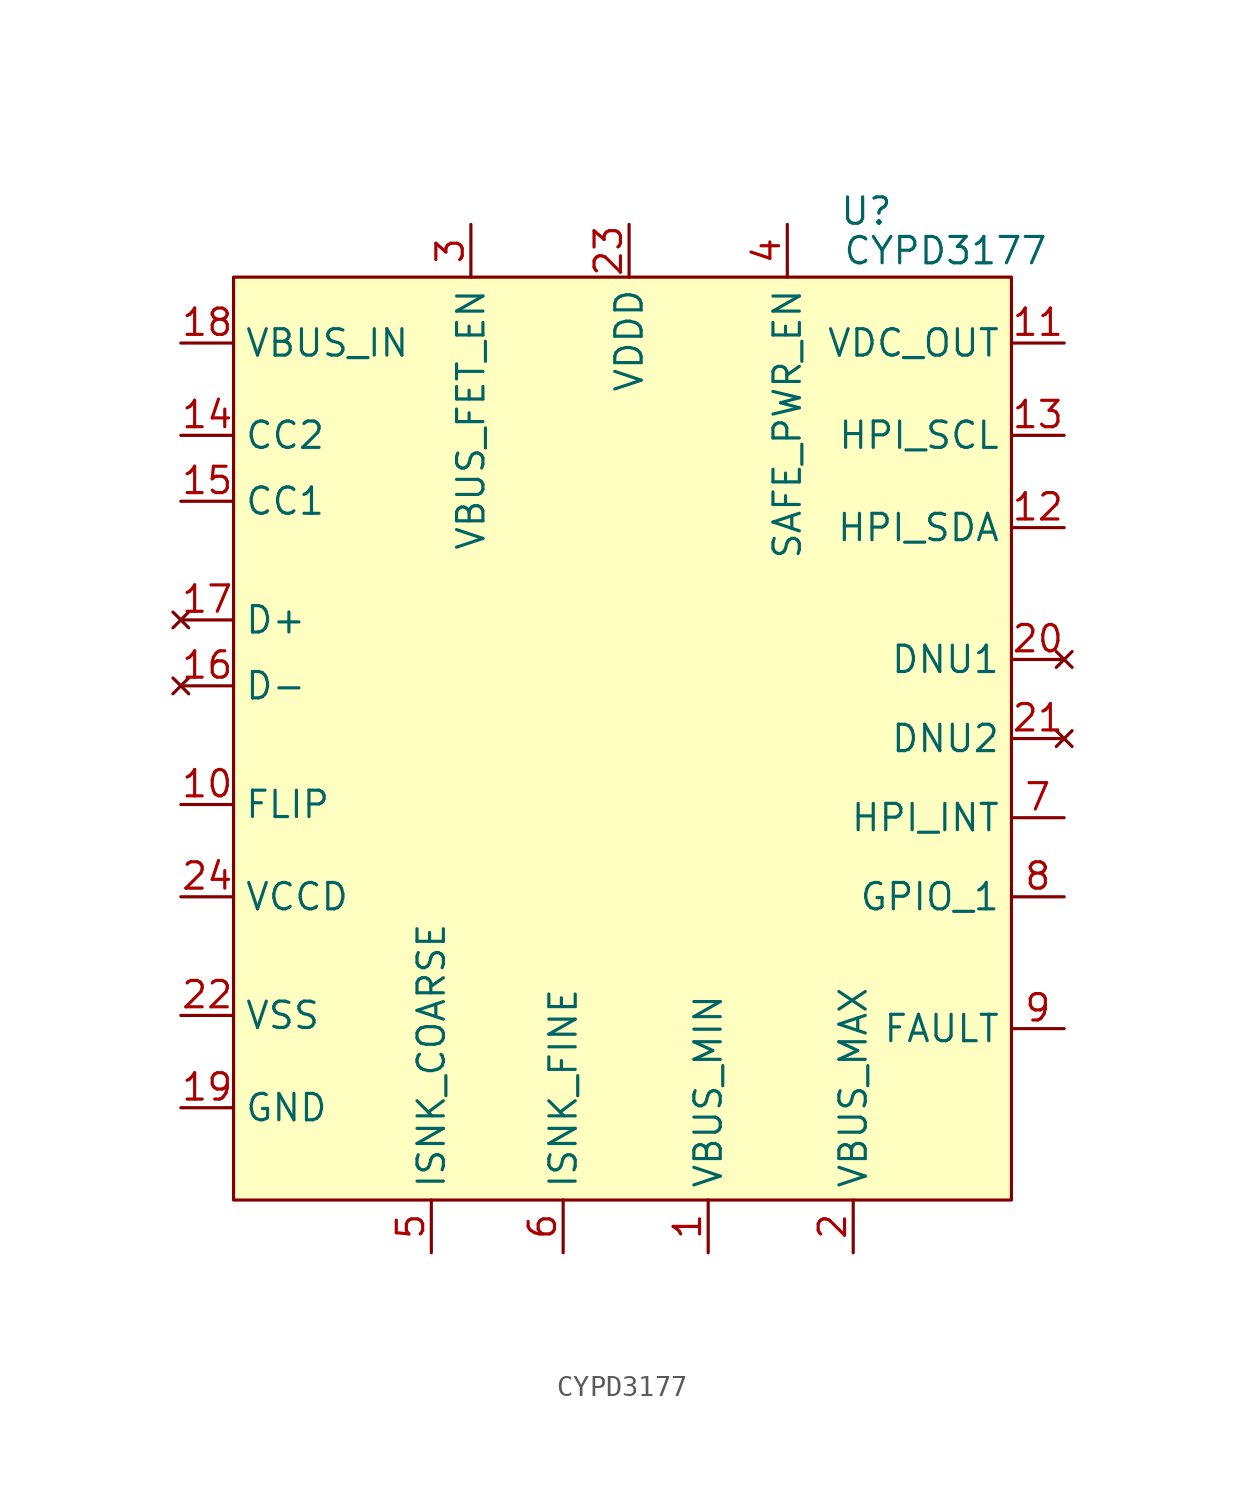
<source format=kicad_sym>
(kicad_symbol_lib
  (version 20220914)
  (generator kicad_symbol_editor)
  (symbol "CYPD3177"
    (property "Reference" "U"
      (at 11.43 8.255 0)
      (effects (font (size 1.27 1.27))))
    (property "Value" "CYPD3177"
      (at 15.24 6.35 0)
      (effects (font (size 1.27 1.27))))
    (symbol "CYPD3177_1_1"
      (rectangle (start -19.05 5.08) (end 18.415 -39.37) (stroke (width 0) (type default)) (fill (type background)))
      (pin input line (at 3.81 -41.91 90) (length 2.54) (name "VBUS_MIN" (effects (font (size 1.27 1.27)))) (number "1" (effects (font (size 1.27 1.27)))))
      (pin input line (at -21.59 -20.32 0) (length 2.54) (name "FLIP" (effects (font (size 1.27 1.27)))) (number "10" (effects (font (size 1.27 1.27)))))
      (pin input line (at 20.955 1.905 180) (length 2.54) (name "VDC_OUT" (effects (font (size 1.27 1.27)))) (number "11" (effects (font (size 1.27 1.27)))))
      (pin input line (at 20.955 -6.985 180) (length 2.54) (name "HPI_SDA" (effects (font (size 1.27 1.27)))) (number "12" (effects (font (size 1.27 1.27)))))
      (pin input line (at 20.955 -2.54 180) (length 2.54) (name "HPI_SCL" (effects (font (size 1.27 1.27)))) (number "13" (effects (font (size 1.27 1.27)))))
      (pin input line (at -21.59 -2.54 0) (length 2.54) (name "CC2" (effects (font (size 1.27 1.27)))) (number "14" (effects (font (size 1.27 1.27)))))
      (pin input line (at -21.59 -5.715 0) (length 2.54) (name "CC1" (effects (font (size 1.27 1.27)))) (number "15" (effects (font (size 1.27 1.27)))))
      (pin no_connect line (at -21.59 -14.605 0) (length 2.54) (name "D-" (effects (font (size 1.27 1.27)))) (number "16" (effects (font (size 1.27 1.27)))))
      (pin no_connect line (at -21.59 -11.43 0) (length 2.54) (name "D+" (effects (font (size 1.27 1.27)))) (number "17" (effects (font (size 1.27 1.27)))))
      (pin input line (at -21.59 1.905 0) (length 2.54) (name "VBUS_IN" (effects (font (size 1.27 1.27)))) (number "18" (effects (font (size 1.27 1.27)))))
      (pin input line (at -21.59 -34.925 0) (length 2.54) (name "GND" (effects (font (size 1.27 1.27)))) (number "19" (effects (font (size 1.27 1.27)))))
      (pin input line (at 10.795 -41.91 90) (length 2.54) (name "VBUS_MAX" (effects (font (size 1.27 1.27)))) (number "2" (effects (font (size 1.27 1.27)))))
      (pin no_connect line (at 20.955 -13.335 180) (length 2.54) (name "DNU1" (effects (font (size 1.27 1.27)))) (number "20" (effects (font (size 1.27 1.27)))))
      (pin no_connect line (at 20.955 -17.145 180) (length 2.54) (name "DNU2" (effects (font (size 1.27 1.27)))) (number "21" (effects (font (size 1.27 1.27)))))
      (pin input line (at -21.59 -30.48 0) (length 2.54) (name "VSS" (effects (font (size 1.27 1.27)))) (number "22" (effects (font (size 1.27 1.27)))))
      (pin input line (at 0 7.62 270) (length 2.54) (name "VDDD" (effects (font (size 1.27 1.27)))) (number "23" (effects (font (size 1.27 1.27)))))
      (pin input line (at -21.59 -24.765 0) (length 2.54) (name "VCCD" (effects (font (size 1.27 1.27)))) (number "24" (effects (font (size 1.27 1.27)))))
      (pin input line (at -7.62 7.62 270) (length 2.54) (name "VBUS_FET_EN" (effects (font (size 1.27 1.27)))) (number "3" (effects (font (size 1.27 1.27)))))
      (pin input line (at 7.62 7.62 270) (length 2.54) (name "SAFE_PWR_EN" (effects (font (size 1.27 1.27)))) (number "4" (effects (font (size 1.27 1.27)))))
      (pin input line (at -9.525 -41.91 90) (length 2.54) (name "ISNK_COARSE" (effects (font (size 1.27 1.27)))) (number "5" (effects (font (size 1.27 1.27)))))
      (pin input line (at -3.175 -41.91 90) (length 2.54) (name "ISNK_FINE" (effects (font (size 1.27 1.27)))) (number "6" (effects (font (size 1.27 1.27)))))
      (pin input line (at 20.955 -20.955 180) (length 2.54) (name "HPI_INT" (effects (font (size 1.27 1.27)))) (number "7" (effects (font (size 1.27 1.27)))))
      (pin input line (at 20.955 -24.765 180) (length 2.54) (name "GPIO_1" (effects (font (size 1.27 1.27)))) (number "8" (effects (font (size 1.27 1.27)))))
      (pin input line (at 20.955 -31.115 180) (length 2.54) (name "FAULT" (effects (font (size 1.27 1.27)))) (number "9" (effects (font (size 1.27 1.27))))))))
</source>
